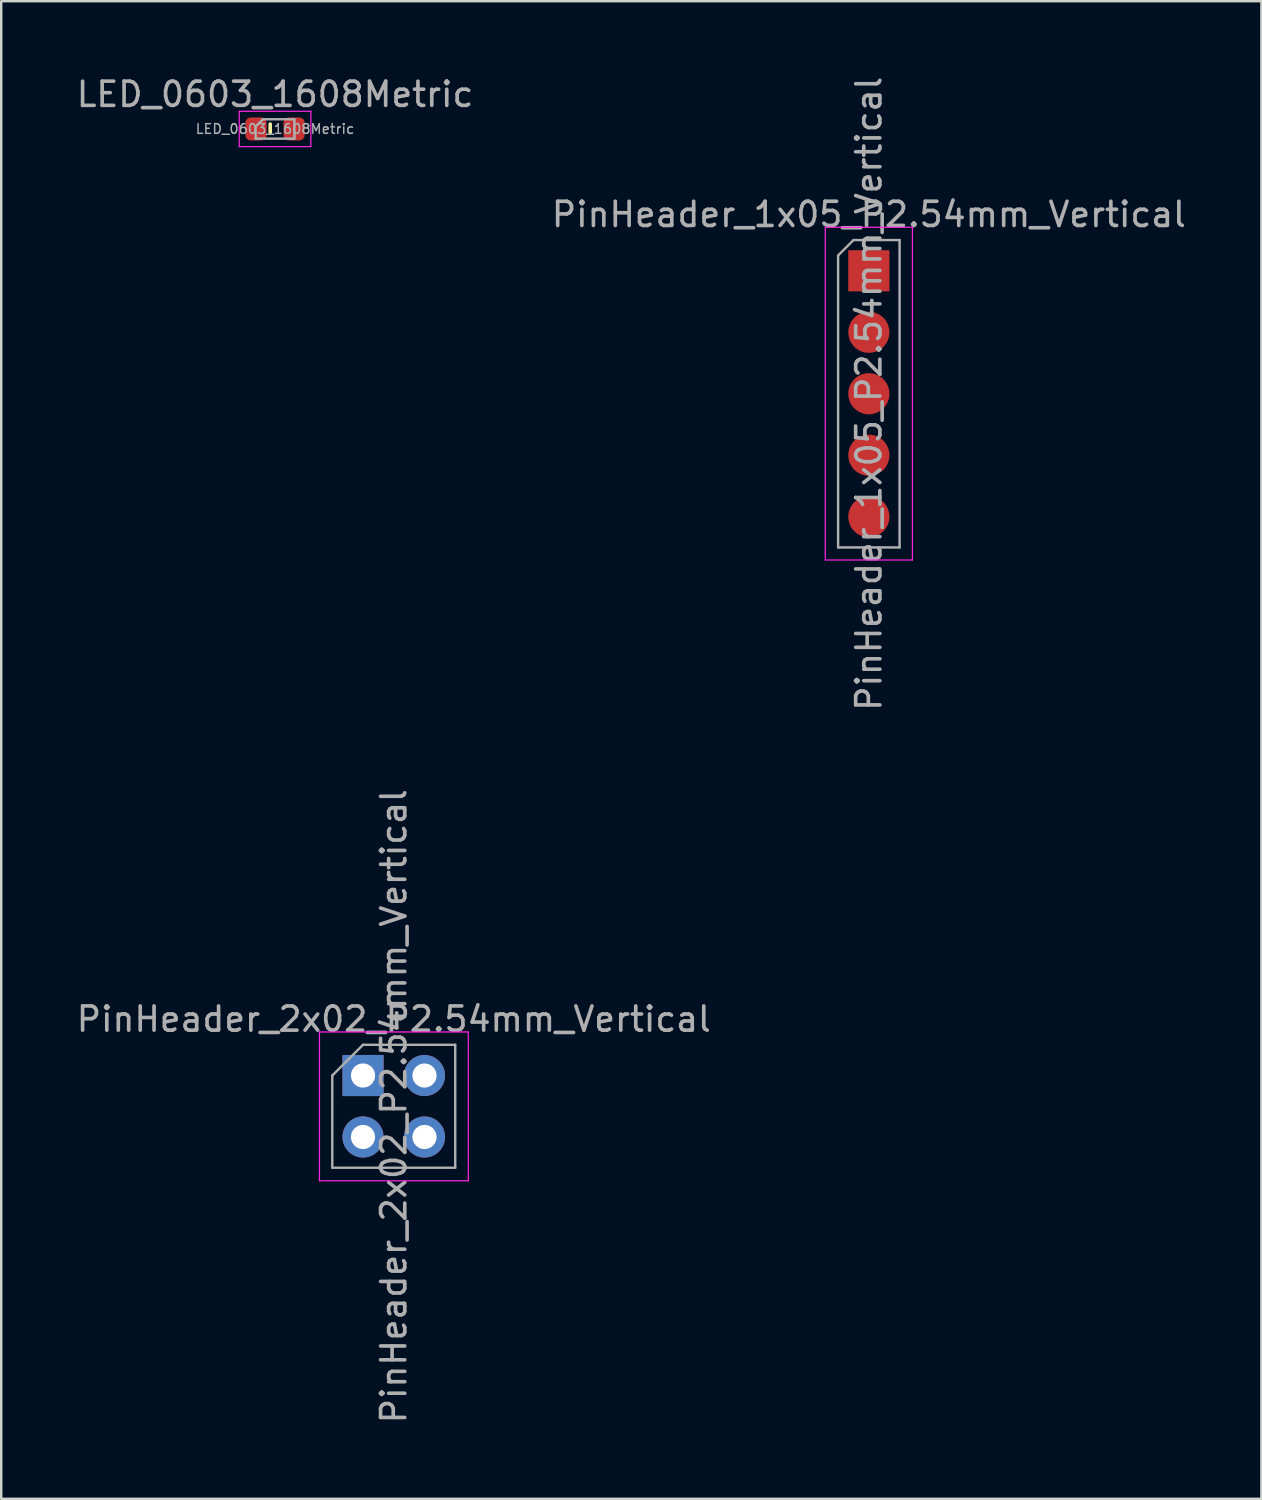
<source format=kicad_pcb>
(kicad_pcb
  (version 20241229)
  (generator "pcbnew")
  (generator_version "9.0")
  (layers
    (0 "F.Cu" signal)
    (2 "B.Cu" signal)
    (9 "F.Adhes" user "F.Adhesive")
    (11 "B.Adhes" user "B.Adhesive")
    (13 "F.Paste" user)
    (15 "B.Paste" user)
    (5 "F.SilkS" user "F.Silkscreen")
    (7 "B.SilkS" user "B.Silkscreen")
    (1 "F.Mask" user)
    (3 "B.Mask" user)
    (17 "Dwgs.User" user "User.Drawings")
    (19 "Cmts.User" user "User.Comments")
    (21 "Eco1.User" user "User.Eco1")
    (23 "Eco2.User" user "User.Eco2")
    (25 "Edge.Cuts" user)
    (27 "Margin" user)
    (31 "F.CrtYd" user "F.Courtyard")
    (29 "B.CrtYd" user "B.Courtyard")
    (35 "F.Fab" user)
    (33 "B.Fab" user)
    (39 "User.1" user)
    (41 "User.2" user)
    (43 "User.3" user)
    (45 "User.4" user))
  (footprint "LED_0603_1608Metric"
    (layer "F.Cu")
    (at 8.315 2.278)
    (property "Reference" "LED_0603_1608Metric" (at 0 -1.43 0) (layer "F.Fab") (effects (font (size 1 1) (thickness 0.15))))
    (attr smd)
    (fp_line (start -0.2 0.15) (end -0.2 -0.2) (stroke (width 0.15) (type solid)) (layer "F.SilkS"))
    (fp_line (start -1.48 -0.73) (end 1.48 -0.73) (stroke (width 0.05) (type solid)) (layer "F.CrtYd"))
    (fp_line (start -1.48 0.73) (end -1.48 -0.73) (stroke (width 0.05) (type solid)) (layer "F.CrtYd"))
    (fp_line (start 1.48 -0.73) (end 1.48 0.73) (stroke (width 0.05) (type solid)) (layer "F.CrtYd"))
    (fp_line (start 1.48 0.73) (end -1.48 0.73) (stroke (width 0.05) (type solid)) (layer "F.CrtYd"))
    (fp_line (start -0.8 -0.1) (end -0.8 0.4) (stroke (width 0.1) (type solid)) (layer "F.Fab"))
    (fp_line (start -0.8 0.4) (end 0.8 0.4) (stroke (width 0.1) (type solid)) (layer "F.Fab"))
    (fp_line (start -0.5 -0.4) (end -0.8 -0.1) (stroke (width 0.1) (type solid)) (layer "F.Fab"))
    (fp_line (start 0.8 -0.4) (end -0.5 -0.4) (stroke (width 0.1) (type solid)) (layer "F.Fab"))
    (fp_line (start 0.8 0.4) (end 0.8 -0.4) (stroke (width 0.1) (type solid)) (layer "F.Fab"))
    (fp_text user "${REFERENCE}" (at 0 0 0) (layer "F.Fab") (effects (font (size 0.4 0.4) (thickness 0.06))))
    (pad "1" smd roundrect (at -0.787 0) (size 0.875 0.95) (layers "F.Cu" "F.Mask" "F.Paste") (roundrect_rratio 0.25))
    (pad "2" smd roundrect (at 0.787 0) (size 0.875 0.95) (layers "F.Cu" "F.Mask" "F.Paste") (roundrect_rratio 0.25)))
  (footprint "PinHeader_1x05_P2.54mm_Vertical"
    (layer "F.Cu")
    (at 32.851 8.14)
    (property "Reference" "PinHeader_1x05_P2.54mm_Vertical" (at 0 -2.33 0) (layer "F.Fab") (effects (font (size 1 1) (thickness 0.15))))
    (attr through_hole)
    (fp_line (start -1.8 -1.8) (end -1.8 11.95) (stroke (width 0.05) (type solid)) (layer "F.CrtYd"))
    (fp_line (start -1.8 11.95) (end 1.8 11.95) (stroke (width 0.05) (type solid)) (layer "F.CrtYd"))
    (fp_line (start 1.8 -1.8) (end -1.8 -1.8) (stroke (width 0.05) (type solid)) (layer "F.CrtYd"))
    (fp_line (start 1.8 11.95) (end 1.8 -1.8) (stroke (width 0.05) (type solid)) (layer "F.CrtYd"))
    (fp_line (start -1.27 -0.635) (end -0.635 -1.27) (stroke (width 0.1) (type solid)) (layer "F.Fab"))
    (fp_line (start -1.27 11.43) (end -1.27 -0.635) (stroke (width 0.1) (type solid)) (layer "F.Fab"))
    (fp_line (start -0.635 -1.27) (end 1.27 -1.27) (stroke (width 0.1) (type solid)) (layer "F.Fab"))
    (fp_line (start 1.27 -1.27) (end 1.27 11.43) (stroke (width 0.1) (type solid)) (layer "F.Fab"))
    (fp_line (start 1.27 11.43) (end -1.27 11.43) (stroke (width 0.1) (type solid)) (layer "F.Fab"))
    (fp_text user "${REFERENCE}" (at 0 5.08 90) (layer "F.Fab") (effects (font (size 1 1) (thickness 0.15))))
    (pad "1" smd rect (at 0 0) (size 1.7 1.7) (layers "F.Cu" "F.Mask"))
    (pad "2" smd oval (at 0 2.54) (size 1.7 1.7) (layers "F.Cu" "F.Mask"))
    (pad "3" smd oval (at 0 5.08) (size 1.7 1.7) (layers "F.Cu" "F.Mask"))
    (pad "4" smd oval (at 0 7.62) (size 1.7 1.7) (layers "F.Cu" "F.Mask"))
    (pad "5" smd oval (at 0 10.16) (size 1.7 1.7) (layers "F.Cu" "F.Mask")))
  (footprint "PinHeader_2x02_P2.54mm_Vertical"
    (layer "F.Cu")
    (at 11.95 41.391)
    (property "Reference" "PinHeader_2x02_P2.54mm_Vertical" (at 1.27 -2.33 0) (layer "F.Fab") (effects (font (size 1 1) (thickness 0.15))))
    (attr through_hole)
    (fp_line (start -1.8 -1.8) (end -1.8 4.35) (stroke (width 0.05) (type solid)) (layer "F.CrtYd"))
    (fp_line (start -1.8 4.35) (end 4.35 4.35) (stroke (width 0.05) (type solid)) (layer "F.CrtYd"))
    (fp_line (start 4.35 -1.8) (end -1.8 -1.8) (stroke (width 0.05) (type solid)) (layer "F.CrtYd"))
    (fp_line (start 4.35 4.35) (end 4.35 -1.8) (stroke (width 0.05) (type solid)) (layer "F.CrtYd"))
    (fp_line (start -1.27 0) (end 0 -1.27) (stroke (width 0.1) (type solid)) (layer "F.Fab"))
    (fp_line (start -1.27 3.81) (end -1.27 0) (stroke (width 0.1) (type solid)) (layer "F.Fab"))
    (fp_line (start 0 -1.27) (end 3.81 -1.27) (stroke (width 0.1) (type solid)) (layer "F.Fab"))
    (fp_line (start 3.81 -1.27) (end 3.81 3.81) (stroke (width 0.1) (type solid)) (layer "F.Fab"))
    (fp_line (start 3.81 3.81) (end -1.27 3.81) (stroke (width 0.1) (type solid)) (layer "F.Fab"))
    (fp_text user "${REFERENCE}" (at 1.27 1.27 90) (layer "F.Fab") (effects (font (size 1 1) (thickness 0.15))))
    (pad "1" thru_hole rect (at 0 0) (size 1.7 1.7) (drill 1) (layers "*.Cu" "*.Mask"))
    (pad "2" thru_hole oval (at 2.54 0) (size 1.7 1.7) (drill 1) (layers "*.Cu" "*.Mask"))
    (pad "3" thru_hole oval (at 0 2.54) (size 1.7 1.7) (drill 1) (layers "*.Cu" "*.Mask"))
    (pad "4" thru_hole oval (at 2.54 2.54) (size 1.7 1.7) (drill 1) (layers "*.Cu" "*.Mask")))
  (gr_rect
    (start -3 -3)
    (end 49.071 58.881)
    (stroke (width 0.1) (type default))
    (fill no)
    (layer "Edge.Cuts")))
</source>
